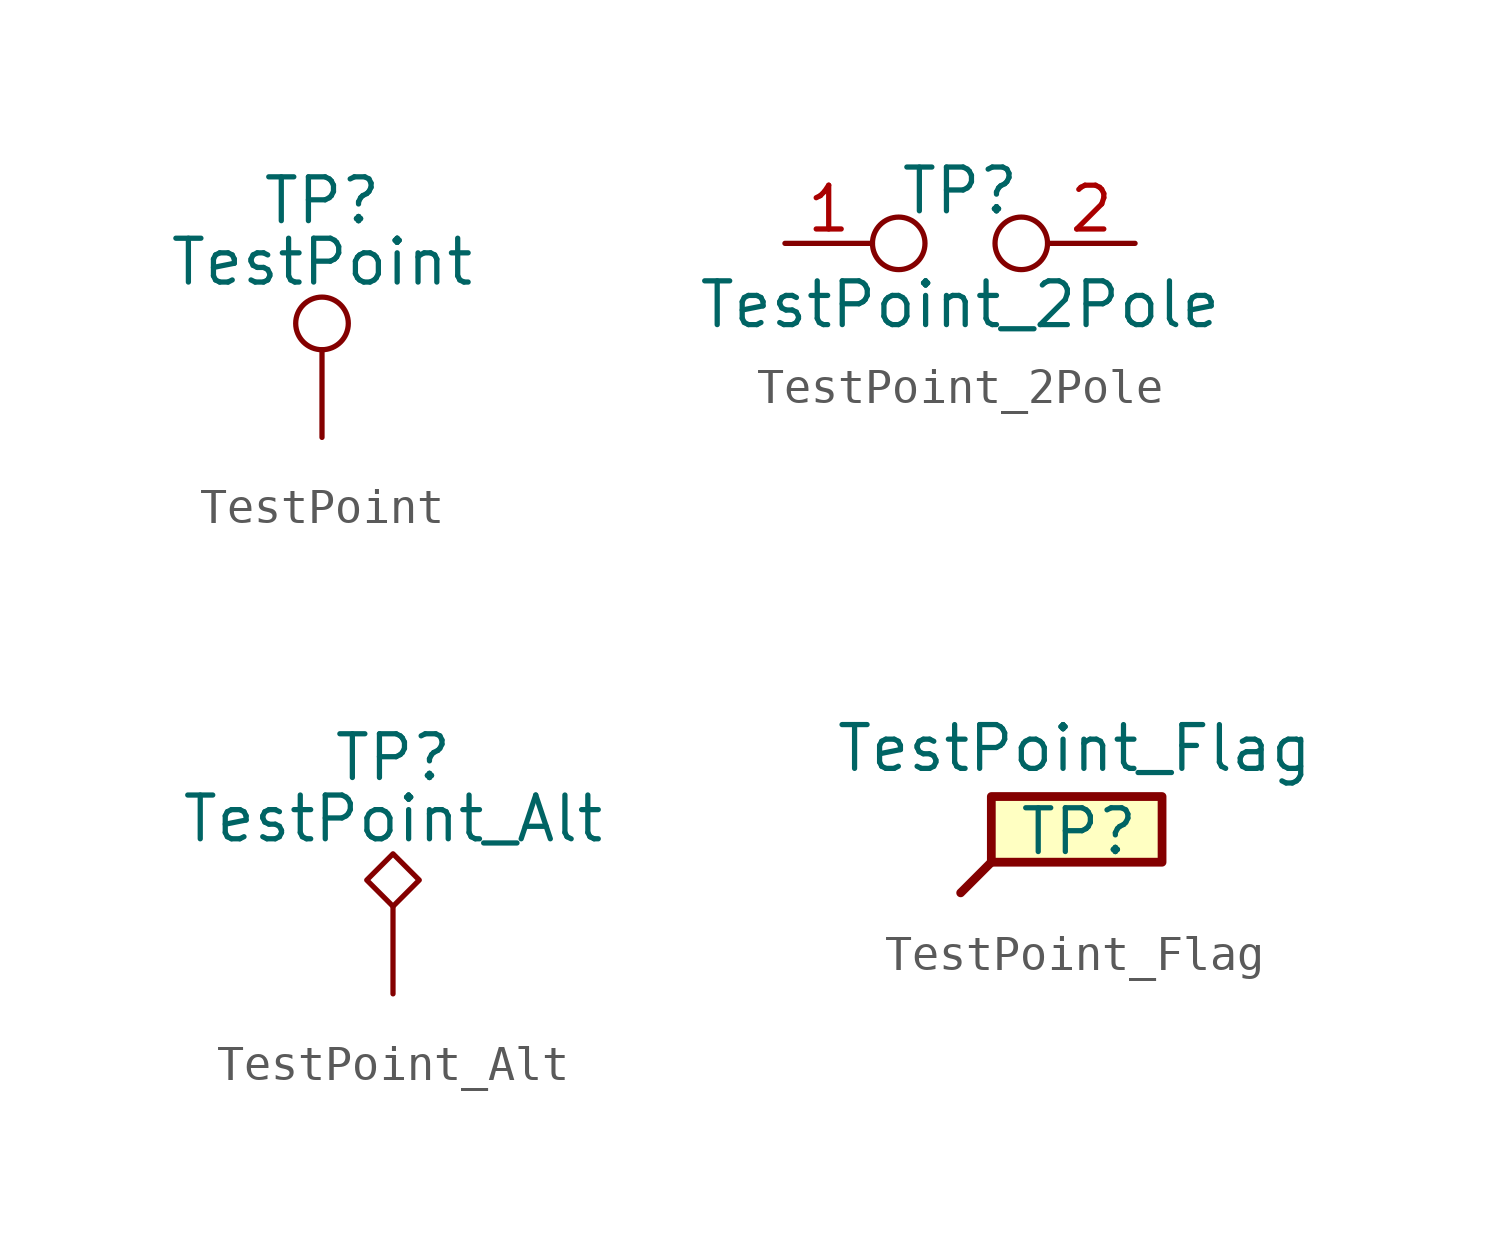
<source format=kicad_sym>
(kicad_symbol_lib
  (version 20200908)
  (generator kicad_symbol_editor)
  (symbol "Connector:TestPoint"
    (pin_numbers hide)
    (pin_names
      (offset 0.762) hide)
    (property "Reference" "TP"
      (at 0 6.858 0)
      (effects (font (size 1.27 1.27))))
    (property "Value" "TestPoint"
      (at 0 5.08 0)
      (effects (font (size 1.27 1.27))))
    (symbol "TestPoint_0_1"
      (circle (center 0 3.302) (radius 0.762) (stroke (width 0)) (fill (type none))))
    (symbol "TestPoint_1_1"
      (pin passive line (at 0 0 90) (length 2.54) (name "1" (effects (font (size 1.27 1.27)))) (number "1" (effects (font (size 1.27 1.27)))))))
  (symbol "Connector:TestPoint_2Pole"
    (pin_names
      (offset 0.762) hide)
    (property "Reference" "TP"
      (at 0 1.524 0)
      (effects (font (size 1.27 1.27))))
    (property "Value" "TestPoint_2Pole"
      (at 0 -1.778 0)
      (effects (font (size 1.27 1.27))))
    (symbol "TestPoint_2Pole_0_1"
      (circle (center -1.778 0) (radius 0.762) (stroke (width 0)) (fill (type none)))
      (circle (center 1.778 0) (radius 0.762) (stroke (width 0)) (fill (type none)))
      (pin passive line (at -5.08 0 0) (length 2.54) (name "1" (effects (font (size 1.27 1.27)))) (number "1" (effects (font (size 1.27 1.27)))))
      (pin passive line (at 5.08 0 180) (length 2.54) (name "2" (effects (font (size 1.27 1.27)))) (number "2" (effects (font (size 1.27 1.27)))))))
  (symbol "Connector:TestPoint_Alt"
    (pin_numbers hide)
    (pin_names
      (offset 0.762) hide)
    (property "Reference" "TP"
      (at 0 6.858 0)
      (effects (font (size 1.27 1.27))))
    (property "Value" "TestPoint_Alt"
      (at 0 5.08 0)
      (effects (font (size 1.27 1.27))))
    (symbol "TestPoint_Alt_0_1"
      (polyline (pts (xy 0 2.54) (xy -0.762 3.302) (xy 0 4.064) (xy 0.762 3.302) (xy 0 2.54)) (stroke (width 0)) (fill (type none))))
    (symbol "TestPoint_Alt_1_1"
      (pin passive line (at 0 0 90) (length 2.54) (name "1" (effects (font (size 1.27 1.27)))) (number "1" (effects (font (size 1.27 1.27)))))))
  (symbol "Connector:TestPoint_Flag"
    (pin_numbers hide)
    (pin_names
      (offset 0.762) hide)
    (property "Reference" "TP"
      (at 3.429 1.778 0)
      (effects (font (size 1.27 1.27))))
    (property "Value" "TestPoint_Flag"
      (at 3.302 4.191 0)
      (effects (font (size 1.27 1.27))))
    (symbol "TestPoint_Flag_0_1"
      (rectangle (start 0.889 2.794) (end 5.842 0.889) (stroke (width 0.254)) (fill (type background)))
      (polyline (pts (xy 0 0) (xy 0.889 0.889)) (stroke (width 0.254)) (fill (type none))))
    (symbol "TestPoint_Flag_1_1"
      (pin passive line (at 0 0 90) (length 0) (name "1" (effects (font (size 1.27 1.27)))) (number "1" (effects (font (size 1.27 1.27))))))))
</source>
